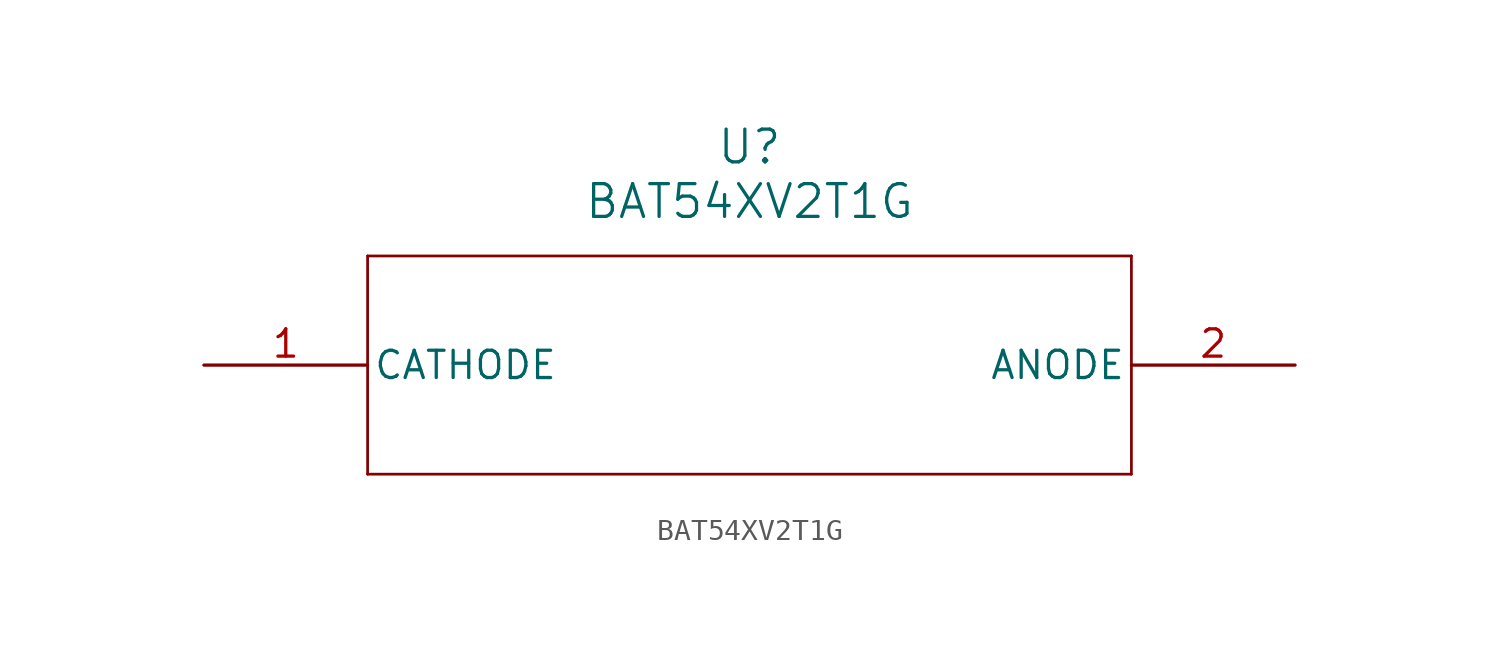
<source format=kicad_sym>
(kicad_symbol_lib
  (version 20220914)
  (generator kicad_symbol_editor)
  (symbol "BAT54XV2T1G"
    (pin_names
      (offset 0.254))
    (property "Reference" "U"
      (at 25.4 10.16 0)
      (effects (font (size 1.524 1.524))))
    (property "Value" "BAT54XV2T1G"
      (at 25.4 7.62 0)
      (effects (font (size 1.524 1.524))))
    (property "ki_locked" ""
      (at 0 0 0)
      (effects (font (size 1.27 1.27))))
    (symbol "BAT54XV2T1G_0_1"
      (polyline (pts (xy 7.62 -5.08) (xy 43.18 -5.08)) (stroke (width 0.127) (type default)) (fill (type none)))
      (polyline (pts (xy 7.62 5.08) (xy 7.62 -5.08)) (stroke (width 0.127) (type default)) (fill (type none)))
      (polyline (pts (xy 43.18 -5.08) (xy 43.18 5.08)) (stroke (width 0.127) (type default)) (fill (type none)))
      (polyline (pts (xy 43.18 5.08) (xy 7.62 5.08)) (stroke (width 0.127) (type default)) (fill (type none)))
      (pin unspecified line (at 0 0 0) (length 7.62) (name "CATHODE" (effects (font (size 1.27 1.27)))) (number "1" (effects (font (size 1.27 1.27)))))
      (pin unspecified line (at 50.8 0 180) (length 7.62) (name "ANODE" (effects (font (size 1.27 1.27)))) (number "2" (effects (font (size 1.27 1.27))))))))
</source>
